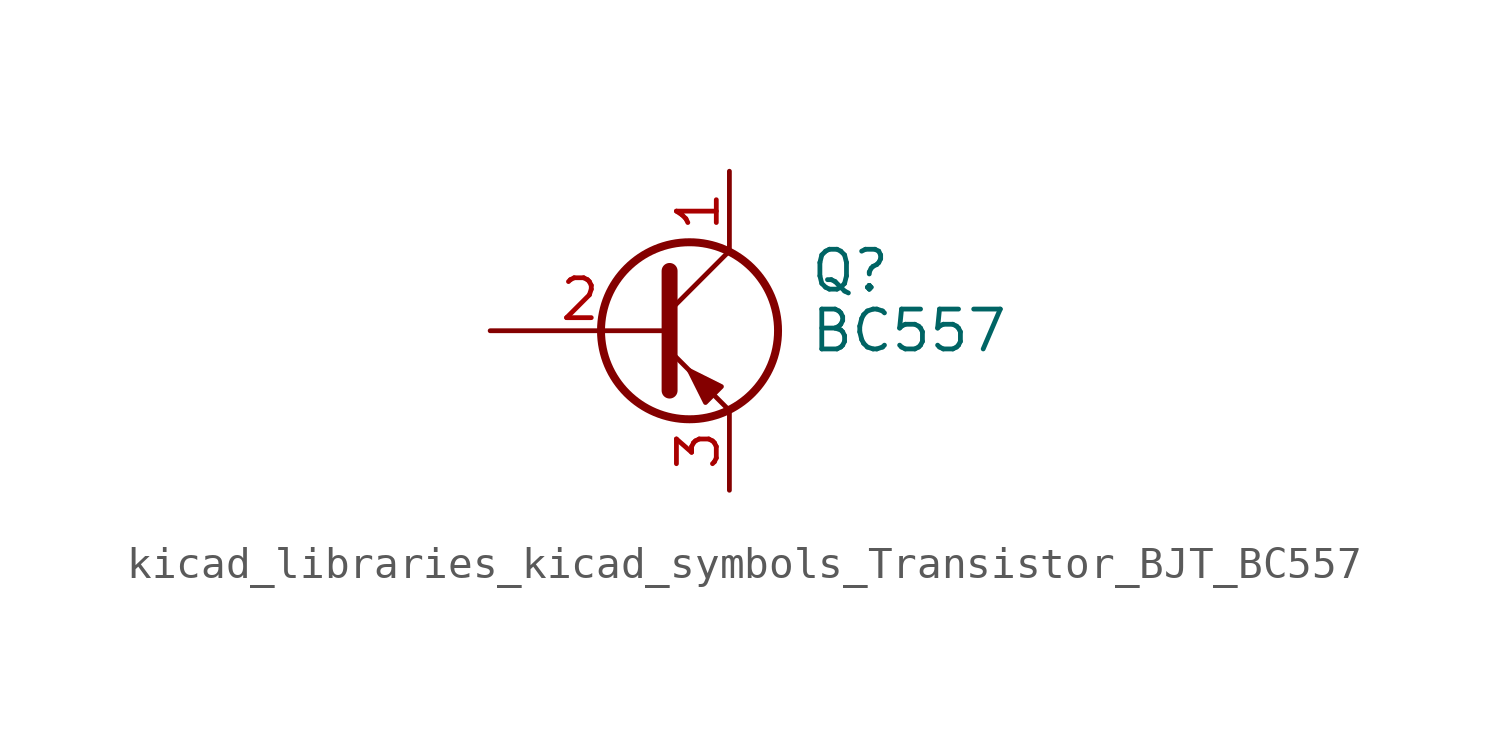
<source format=kicad_sym>
(kicad_symbol_lib
  (version 20220914)
  (generator kicad_symbol_editor)
  (symbol "kicad_libraries_kicad_symbols_Transistor_BJT_BC557"
    (pin_names
      (offset 0) hide)
    (property "Reference" "Q"
      (at 5.08 1.905 0)
      (effects (font (size 1.27 1.27)) (justify left)))
    (property "Value" "BC557"
      (at 5.08 0 0)
      (effects (font (size 1.27 1.27)) (justify left)))
    (symbol "kicad_libraries_kicad_symbols_Transistor_BJT_BC557_0_1"
      (polyline (pts (xy 0.635 0.635) (xy 2.54 2.54)) (stroke (width 0) (type default)) (fill (type none)))
      (polyline (pts (xy 0.635 -0.635) (xy 2.54 -2.54) (xy 2.54 -2.54)) (stroke (width 0) (type default)) (fill (type none)))
      (polyline (pts (xy 0.635 1.905) (xy 0.635 -1.905) (xy 0.635 -1.905)) (stroke (width 0.508) (type default)) (fill (type none)))
      (polyline (pts (xy 2.286 -1.778) (xy 1.778 -2.286) (xy 1.27 -1.27) (xy 2.286 -1.778) (xy 2.286 -1.778)) (stroke (width 0) (type default)) (fill (type outline)))
      (circle (center 1.27 0) (radius 2.819) (stroke (width 0.254) (type default)) (fill (type none))))
    (symbol "kicad_libraries_kicad_symbols_Transistor_BJT_BC557_1_1"
      (pin passive line (at 2.54 5.08 270) (length 2.54) (name "C" (effects (font (size 1.27 1.27)))) (number "1" (effects (font (size 1.27 1.27)))))
      (pin input line (at -5.08 0 0) (length 5.715) (name "B" (effects (font (size 1.27 1.27)))) (number "2" (effects (font (size 1.27 1.27)))))
      (pin passive line (at 2.54 -5.08 90) (length 2.54) (name "E" (effects (font (size 1.27 1.27)))) (number "3" (effects (font (size 1.27 1.27))))))))
</source>
